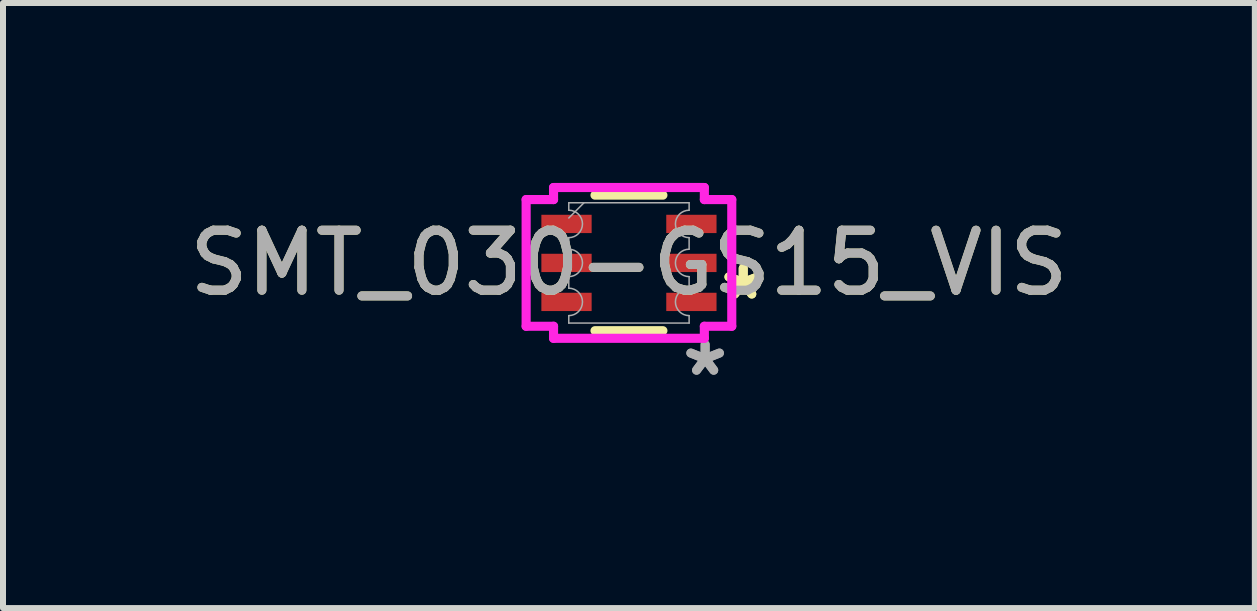
<source format=kicad_pcb>
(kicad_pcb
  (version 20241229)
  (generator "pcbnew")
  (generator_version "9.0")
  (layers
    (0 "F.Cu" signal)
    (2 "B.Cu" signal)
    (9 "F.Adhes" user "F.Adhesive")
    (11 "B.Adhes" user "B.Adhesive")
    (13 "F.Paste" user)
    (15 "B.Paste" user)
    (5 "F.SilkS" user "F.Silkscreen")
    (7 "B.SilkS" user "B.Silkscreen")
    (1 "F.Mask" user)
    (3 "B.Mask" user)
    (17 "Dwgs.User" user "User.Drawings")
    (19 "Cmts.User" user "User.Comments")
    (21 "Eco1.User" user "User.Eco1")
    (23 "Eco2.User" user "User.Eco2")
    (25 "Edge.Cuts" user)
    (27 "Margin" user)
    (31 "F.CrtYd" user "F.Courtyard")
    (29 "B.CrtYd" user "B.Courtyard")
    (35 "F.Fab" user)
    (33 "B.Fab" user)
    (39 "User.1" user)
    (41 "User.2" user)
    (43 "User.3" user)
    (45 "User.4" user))
  (footprint "SMT_030-GS15_VIS"
    (layer "F.Cu")
    (at 7.435 1.333)
    (property "Reference" "SMT_030-GS15_VIS" (at 0 0 0) (unlocked yes) (layer "F.SilkS") (effects (font (size 1 1) (thickness 0.15))))
    (attr smd)
    (fp_line (start -0.566 -1.13) (end 0.566 -1.13) (stroke (width 0.152) (type solid)) (layer "F.SilkS"))
    (fp_line (start -0.566 1.13) (end 0.566 1.13) (stroke (width 0.152) (type solid)) (layer "F.SilkS"))
    (fp_line (start -1.714 -1.056) (end -1.257 -1.056) (stroke (width 0.152) (type solid)) (layer "F.CrtYd"))
    (fp_line (start -1.714 1.056) (end -1.714 -1.056) (stroke (width 0.152) (type solid)) (layer "F.CrtYd"))
    (fp_line (start -1.714 1.056) (end -1.257 1.056) (stroke (width 0.152) (type solid)) (layer "F.CrtYd"))
    (fp_line (start -1.257 -1.257) (end 1.257 -1.257) (stroke (width 0.152) (type solid)) (layer "F.CrtYd"))
    (fp_line (start -1.257 -1.056) (end -1.257 -1.257) (stroke (width 0.152) (type solid)) (layer "F.CrtYd"))
    (fp_line (start -1.257 1.257) (end -1.257 1.056) (stroke (width 0.152) (type solid)) (layer "F.CrtYd"))
    (fp_line (start 1.257 -1.257) (end 1.257 -1.056) (stroke (width 0.152) (type solid)) (layer "F.CrtYd"))
    (fp_line (start 1.257 1.056) (end 1.257 1.257) (stroke (width 0.152) (type solid)) (layer "F.CrtYd"))
    (fp_line (start 1.257 1.257) (end -1.257 1.257) (stroke (width 0.152) (type solid)) (layer "F.CrtYd"))
    (fp_line (start 1.714 -1.056) (end 1.257 -1.056) (stroke (width 0.152) (type solid)) (layer "F.CrtYd"))
    (fp_line (start 1.714 -1.056) (end 1.714 1.056) (stroke (width 0.152) (type solid)) (layer "F.CrtYd"))
    (fp_line (start 1.714 1.056) (end 1.257 1.056) (stroke (width 0.152) (type solid)) (layer "F.CrtYd"))
    (fp_line (start -1.003 -1.003) (end 1.003 -1.003) (stroke (width 0.025) (type solid)) (layer "F.Fab"))
    (fp_line (start -1.003 -0.879) (end -1.003 -1.003) (stroke (width 0.025) (type solid)) (layer "F.Fab"))
    (fp_line (start -1.003 -0.421) (end -1.003 -0.229) (stroke (width 0.025) (type solid)) (layer "F.Fab"))
    (fp_line (start -1.003 0.229) (end -1.003 0.421) (stroke (width 0.025) (type solid)) (layer "F.Fab"))
    (fp_line (start -1.003 0.879) (end -1.003 1.003) (stroke (width 0.025) (type solid)) (layer "F.Fab"))
    (fp_line (start -1.003 1.003) (end 1.003 1.003) (stroke (width 0.025) (type solid)) (layer "F.Fab"))
    (fp_line (start -0.749 -1.003) (end -1.003 -0.749) (stroke (width 0.025) (type solid)) (layer "F.Fab"))
    (fp_line (start 1.003 -0.879) (end 1.003 -1.003) (stroke (width 0.025) (type solid)) (layer "F.Fab"))
    (fp_line (start 1.003 -0.421) (end 1.003 -0.229) (stroke (width 0.025) (type solid)) (layer "F.Fab"))
    (fp_line (start 1.003 0.229) (end 1.003 0.421) (stroke (width 0.025) (type solid)) (layer "F.Fab"))
    (fp_line (start 1.003 0.879) (end 1.003 1.003) (stroke (width 0.025) (type solid)) (layer "F.Fab"))
    (fp_arc (start -1.0033 -0.878586) (mid -0.7747 -0.649986) (end -1.0033 -0.421386) (stroke (width 0.0254) (type solid)) (layer "F.Fab"))
    (fp_arc (start -1.0033 -0.2286) (mid -0.7747 0) (end -1.0033 0.2286) (stroke (width 0.0254) (type solid)) (layer "F.Fab"))
    (fp_arc (start -1.0033 0.421386) (mid -0.7747 0.649986) (end -1.0033 0.878586) (stroke (width 0.0254) (type solid)) (layer "F.Fab"))
    (fp_arc (start 1.0033 -0.421386) (mid 0.7747 -0.649986) (end 1.0033 -0.878586) (stroke (width 0.0254) (type solid)) (layer "F.Fab"))
    (fp_arc (start 1.0033 0.2286) (mid 0.7747 0) (end 1.0033 -0.2286) (stroke (width 0.0254) (type solid)) (layer "F.Fab"))
    (fp_arc (start 1.0033 0.878586) (mid 0.7747 0.649986) (end 1.0033 0.421386) (stroke (width 0.0254) (type solid)) (layer "F.Fab"))
    (fp_text user "*" (at 1.905 0.635 0) (unlocked yes) (layer "F.SilkS") (effects (font (size 1 1) (thickness 0.15))))
    (fp_text user "*" (at 1.905 0.635 0) (layer "F.SilkS") (effects (font (size 1 1) (thickness 0.15))))
    (fp_text user "*" (at 1.27 1.905 0) (unlocked yes) (layer "F.Fab") (effects (font (size 1 1) (thickness 0.15))))
    (fp_text user "${REFERENCE}" (at 0 0 0) (unlocked yes) (layer "F.Fab") (effects (font (size 1 1) (thickness 0.15))))
    (fp_text user "*" (at 1.27 1.905 0) (layer "F.Fab") (effects (font (size 1 1) (thickness 0.15))))
    (pad "1" smd rect (at 1.041 0.65) (size 0.838 0.305) (layers "F.Cu" "F.Mask" "F.Paste"))
    (pad "2" smd rect (at 1.041 0) (size 0.838 0.305) (layers "F.Cu" "F.Mask" "F.Paste"))
    (pad "3" smd rect (at 1.041 -0.65) (size 0.838 0.305) (layers "F.Cu" "F.Mask" "F.Paste"))
    (pad "4" smd rect (at -1.041 -0.65) (size 0.838 0.305) (layers "F.Cu" "F.Mask" "F.Paste"))
    (pad "5" smd rect (at -1.041 0) (size 0.838 0.305) (layers "F.Cu" "F.Mask" "F.Paste"))
    (pad "6" smd rect (at -1.041 0.65) (size 0.838 0.305) (layers "F.Cu" "F.Mask" "F.Paste")))
  (gr_rect
    (start -3 -3)
    (end 17.869 7.087)
    (stroke (width 0.1) (type default))
    (fill no)
    (layer "Edge.Cuts")))
</source>
